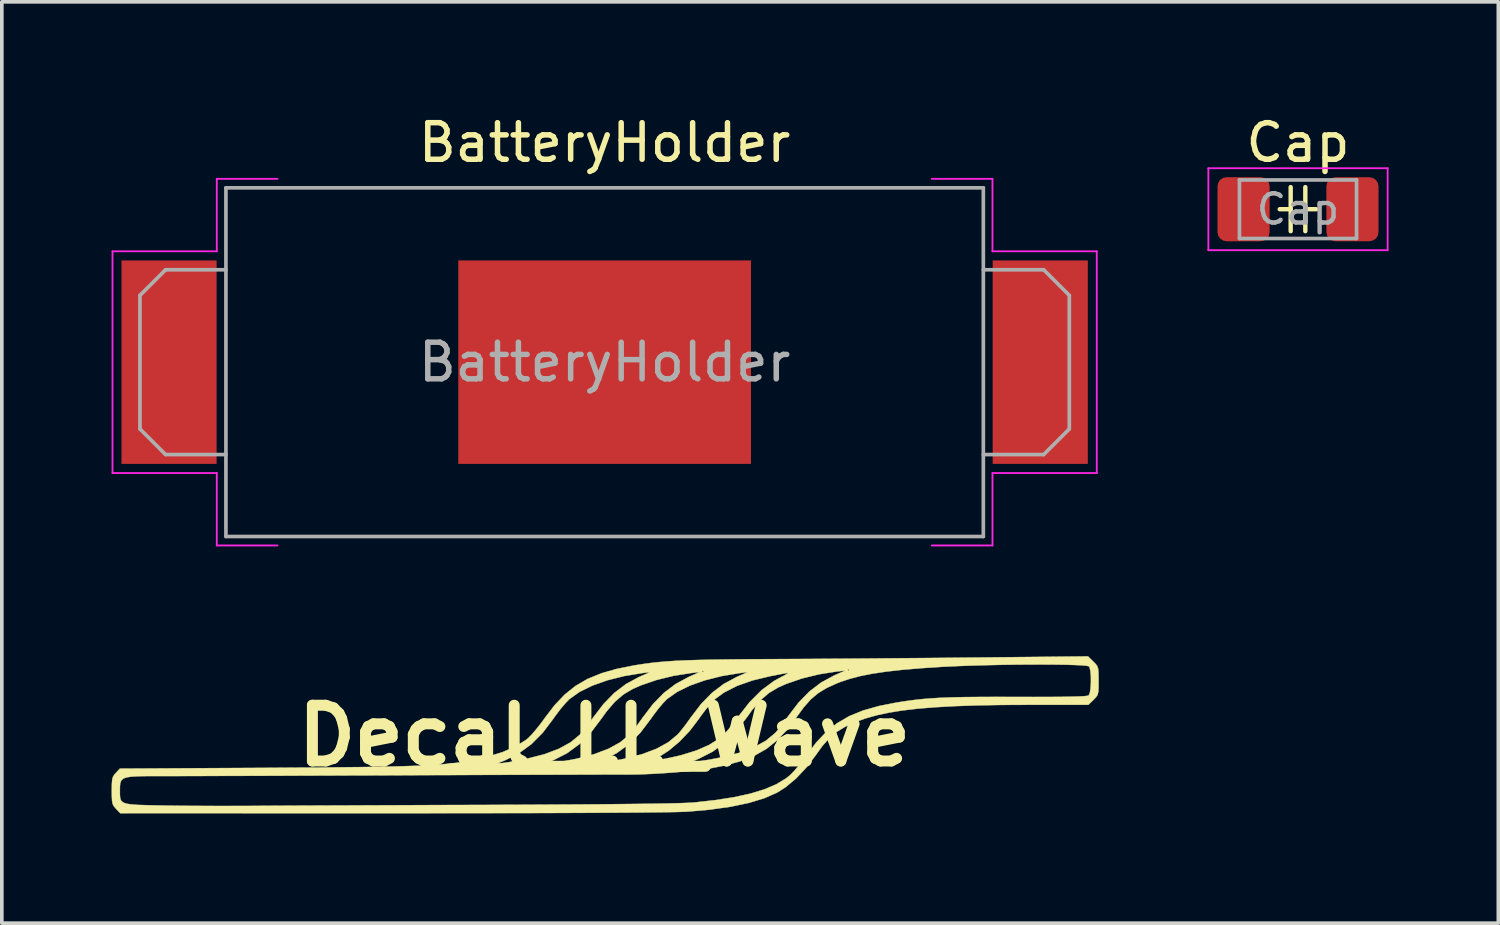
<source format=kicad_pcb>
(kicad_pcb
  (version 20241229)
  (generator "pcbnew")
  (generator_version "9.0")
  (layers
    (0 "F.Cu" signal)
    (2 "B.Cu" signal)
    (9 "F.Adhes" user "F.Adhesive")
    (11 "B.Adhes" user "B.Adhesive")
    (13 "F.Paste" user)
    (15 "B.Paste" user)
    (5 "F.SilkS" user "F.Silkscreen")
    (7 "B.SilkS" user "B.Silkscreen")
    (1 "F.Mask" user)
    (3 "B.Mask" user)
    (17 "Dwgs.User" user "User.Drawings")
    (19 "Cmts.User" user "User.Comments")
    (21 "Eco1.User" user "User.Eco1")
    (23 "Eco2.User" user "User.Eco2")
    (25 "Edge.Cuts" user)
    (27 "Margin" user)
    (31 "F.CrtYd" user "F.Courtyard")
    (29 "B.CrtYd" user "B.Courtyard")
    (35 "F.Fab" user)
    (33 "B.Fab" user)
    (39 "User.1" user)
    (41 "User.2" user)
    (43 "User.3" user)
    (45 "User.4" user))
  (footprint "BatteryHolder"
    (layer "F.Cu")
    (at 13.475 6.848)
    (property "Reference" "BatteryHolder" (at 0 -6 0) (layer "F.SilkS") (effects (font (size 1 1) (thickness 0.15))))
    (attr smd)
    (fp_line (start -13.45 -3.03) (end -13.45 3.03) (stroke (width 0.05) (type solid)) (layer "F.CrtYd"))
    (fp_line (start -13.45 3.03) (end -10.6 3.03) (stroke (width 0.05) (type solid)) (layer "F.CrtYd"))
    (fp_line (start -10.6 -5.01) (end -10.6 -3.03) (stroke (width 0.05) (type solid)) (layer "F.CrtYd"))
    (fp_line (start -10.6 -3.03) (end -13.45 -3.03) (stroke (width 0.05) (type solid)) (layer "F.CrtYd"))
    (fp_line (start -10.6 5.01) (end -10.6 3.03) (stroke (width 0.05) (type solid)) (layer "F.CrtYd"))
    (fp_line (start -10.6 5.01) (end -8.94 5.01) (stroke (width 0.05) (type solid)) (layer "F.CrtYd"))
    (fp_line (start -8.94 -5.01) (end -10.6 -5.01) (stroke (width 0.05) (type solid)) (layer "F.CrtYd"))
    (fp_line (start 8.94 -5.01) (end 10.6 -5.01) (stroke (width 0.05) (type solid)) (layer "F.CrtYd"))
    (fp_line (start 8.94 5.01) (end 10.6 5.01) (stroke (width 0.05) (type solid)) (layer "F.CrtYd"))
    (fp_line (start 10.6 -5.01) (end 10.6 -3.03) (stroke (width 0.05) (type solid)) (layer "F.CrtYd"))
    (fp_line (start 10.6 -3.03) (end 13.45 -3.03) (stroke (width 0.05) (type solid)) (layer "F.CrtYd"))
    (fp_line (start 10.6 3.03) (end 13.45 3.03) (stroke (width 0.05) (type solid)) (layer "F.CrtYd"))
    (fp_line (start 10.6 5.01) (end 10.6 3.03) (stroke (width 0.05) (type solid)) (layer "F.CrtYd"))
    (fp_line (start 13.45 -3.03) (end 13.45 3.03) (stroke (width 0.05) (type solid)) (layer "F.CrtYd"))
    (fp_line (start -12.7 -1.825) (end -12.7 1.825) (stroke (width 0.1) (type solid)) (layer "F.Fab"))
    (fp_line (start -12.7 -1.825) (end -12 -2.525) (stroke (width 0.1) (type solid)) (layer "F.Fab"))
    (fp_line (start -12.7 1.825) (end -12 2.525) (stroke (width 0.1) (type solid)) (layer "F.Fab"))
    (fp_line (start -10.35 -4.765) (end 10.35 -4.765) (stroke (width 0.1) (type solid)) (layer "F.Fab"))
    (fp_line (start -10.35 -2.525) (end -12 -2.525) (stroke (width 0.1) (type solid)) (layer "F.Fab"))
    (fp_line (start -10.35 2.525) (end -12 2.525) (stroke (width 0.1) (type solid)) (layer "F.Fab"))
    (fp_line (start -10.35 4.765) (end -10.35 -4.765) (stroke (width 0.1) (type solid)) (layer "F.Fab"))
    (fp_line (start -10.35 4.765) (end 10.35 4.765) (stroke (width 0.1) (type solid)) (layer "F.Fab"))
    (fp_line (start 10.35 -2.525) (end 12 -2.525) (stroke (width 0.1) (type solid)) (layer "F.Fab"))
    (fp_line (start 10.35 2.525) (end 12 2.525) (stroke (width 0.1) (type solid)) (layer "F.Fab"))
    (fp_line (start 10.35 4.765) (end 10.35 -4.765) (stroke (width 0.1) (type solid)) (layer "F.Fab"))
    (fp_line (start 12.7 -1.825) (end 12 -2.525) (stroke (width 0.1) (type solid)) (layer "F.Fab"))
    (fp_line (start 12.7 -1.825) (end 12.7 1.825) (stroke (width 0.1) (type solid)) (layer "F.Fab"))
    (fp_line (start 12.7 1.825) (end 12 2.525) (stroke (width 0.1) (type solid)) (layer "F.Fab"))
    (fp_text user "${REFERENCE}" (at 0 0 0) (layer "F.Fab") (effects (font (size 1 1) (thickness 0.15))))
    (pad "1" smd rect (at -11.905 0) (size 2.6 5.56) (layers "F.Cu" "F.Mask" "F.Paste"))
    (pad "1" smd rect (at 11.905 0) (size 2.6 5.56) (layers "F.Cu" "F.Mask" "F.Paste"))
    (pad "2" smd rect (at 0 0) (size 8 5.56) (layers "F.Cu" "F.Mask" "F.Paste")))
  (footprint "Decal_LL_Wave"
    (layer "F.Cu")
    (at 13.471 17.059)
    (property "Reference" "Decal_LL_Wave" (at 0 0 0) (layer "F.SilkS") (effects (font (size 1.524 1.524) (thickness 0.3))))
    (attr through_hole)
    (fp_poly (pts (xy 13.359 -2.029) (xy 13.427 -1.96) (xy 13.47 -1.899) (xy 13.493 -1.824) (xy 13.502 -1.714) (xy 13.504 -1.545) (xy 13.504 -1.503) (xy 13.503 -1.32) (xy 13.496 -1.199) (xy 13.476 -1.119) (xy 13.438 -1.058) (xy 13.376 -0.993) (xy 13.365 -0.982) (xy 13.225 -0.847) (xy 11.618 -0.846) (xy 10.863 -0.843) (xy 10.185 -0.831) (xy 9.58 -0.81) (xy 9.041 -0.78) (xy 8.562 -0.741) (xy 8.137 -0.691) (xy 7.76 -0.63) (xy 7.425 -0.557) (xy 7.126 -0.472) (xy 6.858 -0.375) (xy 6.856 -0.374) (xy 6.577 -0.246) (xy 6.346 -0.106) (xy 6.145 0.064) (xy 5.954 0.28) (xy 5.759 0.551) (xy 5.512 0.874) (xy 5.239 1.164) (xy 4.955 1.402) (xy 4.718 1.553) (xy 4.37 1.706) (xy 3.945 1.835) (xy 3.443 1.94) (xy 2.862 2.021) (xy 2.286 2.072) (xy 2.16 2.078) (xy 1.952 2.084) (xy 1.664 2.089) (xy 1.298 2.093) (xy 0.857 2.098) (xy 0.344 2.101) (xy -0.24 2.105) (xy -0.892 2.108) (xy -1.609 2.111) (xy -2.39 2.113) (xy -3.232 2.114) (xy -4.132 2.115) (xy -5.088 2.116) (xy -5.781 2.116) (xy -13.234 2.117) (xy -13.35 1.996) (xy -13.406 1.931) (xy -13.441 1.866) (xy -13.459 1.777) (xy -13.465 1.643) (xy -13.466 1.503) (xy -13.466 1.496) (xy -13.244 1.496) (xy -13.244 1.613) (xy -13.236 1.703) (xy -13.212 1.771) (xy -13.161 1.82) (xy -13.074 1.854) (xy -12.942 1.875) (xy -12.754 1.889) (xy -12.502 1.897) (xy -12.176 1.904) (xy -12.143 1.905) (xy -11.855 1.91) (xy -11.501 1.914) (xy -11.101 1.916) (xy -10.674 1.918) (xy -10.238 1.918) (xy -9.813 1.917) (xy -9.588 1.916) (xy -9.335 1.914) (xy -9.004 1.912) (xy -8.604 1.91) (xy -8.142 1.908) (xy -7.626 1.906) (xy -7.064 1.904) (xy -6.463 1.901) (xy -5.831 1.899) (xy -5.176 1.896) (xy -4.505 1.893) (xy -3.826 1.891) (xy -3.147 1.889) (xy -3.048 1.888) (xy -2.203 1.885) (xy -1.42 1.881) (xy -0.701 1.877) (xy -0.05 1.872) (xy 0.532 1.866) (xy 1.043 1.86) (xy 1.48 1.854) (xy 1.841 1.847) (xy 2.124 1.839) (xy 2.326 1.831) (xy 2.434 1.824) (xy 3.031 1.758) (xy 3.549 1.677) (xy 3.995 1.579) (xy 4.374 1.463) (xy 4.692 1.327) (xy 4.954 1.17) (xy 5.067 1.081) (xy 5.167 0.981) (xy 5.294 0.833) (xy 5.429 0.66) (xy 5.519 0.536) (xy 5.786 0.184) (xy 6.062 -0.107) (xy 6.359 -0.345) (xy 6.689 -0.537) (xy 7.064 -0.69) (xy 7.498 -0.813) (xy 7.98 -0.908) (xy 8.216 -0.945) (xy 8.443 -0.976) (xy 8.674 -1.002) (xy 8.916 -1.022) (xy 9.181 -1.038) (xy 9.48 -1.049) (xy 9.821 -1.057) (xy 10.216 -1.061) (xy 10.674 -1.063) (xy 11.207 -1.062) (xy 11.234 -1.062) (xy 11.732 -1.061) (xy 12.151 -1.062) (xy 12.494 -1.064) (xy 12.766 -1.069) (xy 12.972 -1.075) (xy 13.115 -1.083) (xy 13.202 -1.094) (xy 13.234 -1.105) (xy 13.264 -1.171) (xy 13.284 -1.297) (xy 13.294 -1.455) (xy 13.293 -1.62) (xy 13.281 -1.767) (xy 13.257 -1.87) (xy 13.242 -1.897) (xy 13.184 -1.912) (xy 13.052 -1.925) (xy 12.853 -1.934) (xy 12.598 -1.942) (xy 12.297 -1.946) (xy 11.957 -1.948) (xy 11.59 -1.947) (xy 11.204 -1.944) (xy 10.809 -1.938) (xy 10.414 -1.929) (xy 10.029 -1.919) (xy 9.663 -1.905) (xy 9.326 -1.889) (xy 9.207 -1.883) (xy 8.631 -1.845) (xy 8.13 -1.802) (xy 7.695 -1.753) (xy 7.317 -1.696) (xy 6.987 -1.631) (xy 6.696 -1.554) (xy 6.434 -1.466) (xy 6.348 -1.432) (xy 6.07 -1.306) (xy 5.841 -1.166) (xy 5.641 -0.998) (xy 5.449 -0.783) (xy 5.249 -0.508) (xy 4.989 -0.161) (xy 4.718 0.125) (xy 4.424 0.359) (xy 4.095 0.546) (xy 3.717 0.696) (xy 3.279 0.815) (xy 2.901 0.889) (xy 2.587 0.934) (xy 2.213 0.975) (xy 1.804 1.01) (xy 1.382 1.037) (xy 0.974 1.055) (xy 0.604 1.061) (xy 0.529 1.06) (xy 0.424 1.06) (xy 0.24 1.06) (xy -0.017 1.06) (xy -0.343 1.061) (xy -0.731 1.062) (xy -1.176 1.063) (xy -1.672 1.065) (xy -2.214 1.066) (xy -2.797 1.068) (xy -3.414 1.07) (xy -4.06 1.073) (xy -4.73 1.075) (xy -5.418 1.078) (xy -5.567 1.079) (xy -6.268 1.082) (xy -6.958 1.084) (xy -7.632 1.087) (xy -8.284 1.089) (xy -8.906 1.092) (xy -9.493 1.094) (xy -10.039 1.096) (xy -10.538 1.097) (xy -10.983 1.099) (xy -11.368 1.1) (xy -11.688 1.101) (xy -11.936 1.101) (xy -12.107 1.101) (xy -12.118 1.101) (xy -12.455 1.101) (xy -12.718 1.105) (xy -12.914 1.115) (xy -13.055 1.135) (xy -13.148 1.168) (xy -13.204 1.218) (xy -13.233 1.287) (xy -13.243 1.38) (xy -13.244 1.496) (xy -13.466 1.496) (xy -13.464 1.32) (xy -13.455 1.2) (xy -13.433 1.12) (xy -13.393 1.058) (xy -13.355 1.015) (xy -13.244 0.898) (xy -9.236 0.876) (xy -8.471 0.871) (xy -7.786 0.867) (xy -7.173 0.861) (xy -6.629 0.855) (xy -6.147 0.847) (xy -5.721 0.838) (xy -5.346 0.827) (xy -5.016 0.815) (xy -4.726 0.8) (xy -4.47 0.782) (xy -4.292 0.766) (xy -1.63 0.766) (xy -1.618 0.764) (xy -0.275 0.764) (xy -0.064 0.738) (xy 0.03 0.723) (xy 2.349 0.723) (xy 2.582 0.697) (xy 2.731 0.675) (xy 2.929 0.641) (xy 3.14 0.6) (xy 3.217 0.584) (xy 3.692 0.462) (xy 4.088 0.313) (xy 4.411 0.135) (xy 4.662 -0.073) (xy 4.681 -0.093) (xy 4.768 -0.196) (xy 4.881 -0.341) (xy 4.996 -0.501) (xy 5.015 -0.529) (xy 5.304 -0.907) (xy 5.601 -1.212) (xy 5.92 -1.455) (xy 6.274 -1.647) (xy 6.304 -1.661) (xy 6.583 -1.783) (xy 6.35 -1.757) (xy 5.868 -1.681) (xy 5.4 -1.567) (xy 4.972 -1.42) (xy 4.748 -1.321) (xy 4.495 -1.17) (xy 4.264 -0.972) (xy 4.04 -0.712) (xy 3.897 -0.512) (xy 3.604 -0.125) (xy 3.294 0.187) (xy 2.956 0.434) (xy 2.587 0.623) (xy 2.349 0.723) (xy 0.03 0.723) (xy 0.075 0.717) (xy 0.177 0.699) (xy 1.185 0.699) (xy 1.206 0.72) (xy 1.228 0.699) (xy 1.211 0.682) (xy 1.291 0.682) (xy 1.503 0.654) (xy 1.642 0.631) (xy 1.83 0.592) (xy 2.033 0.546) (xy 2.105 0.528) (xy 2.51 0.403) (xy 2.859 0.25) (xy 3.141 0.073) (xy 3.205 0.022) (xy 3.304 -0.077) (xy 3.431 -0.225) (xy 3.567 -0.399) (xy 3.656 -0.522) (xy 3.966 -0.92) (xy 4.292 -1.246) (xy 4.627 -1.494) (xy 4.793 -1.586) (xy 4.92 -1.652) (xy 4.996 -1.699) (xy 5.01 -1.719) (xy 4.995 -1.718) (xy 4.905 -1.701) (xy 4.759 -1.673) (xy 4.585 -1.639) (xy 4.53 -1.629) (xy 4.044 -1.512) (xy 3.621 -1.363) (xy 3.267 -1.182) (xy 3.019 -1.001) (xy 2.911 -0.89) (xy 2.78 -0.734) (xy 2.646 -0.558) (xy 2.585 -0.47) (xy 2.333 -0.138) (xy 2.051 0.159) (xy 1.757 0.405) (xy 1.544 0.542) (xy 1.291 0.682) (xy 1.211 0.682) (xy 1.206 0.677) (xy 1.185 0.699) (xy 0.177 0.699) (xy 0.263 0.683) (xy 0.469 0.643) (xy 0.55 0.626) (xy 1.026 0.504) (xy 1.423 0.354) (xy 1.747 0.175) (xy 1.998 -0.034) (xy 2.014 -0.051) (xy 2.101 -0.154) (xy 2.214 -0.299) (xy 2.329 -0.458) (xy 2.348 -0.487) (xy 2.637 -0.865) (xy 2.934 -1.17) (xy 3.253 -1.413) (xy 3.606 -1.604) (xy 3.637 -1.618) (xy 3.916 -1.74) (xy 3.704 -1.714) (xy 3.201 -1.631) (xy 2.741 -1.515) (xy 2.333 -1.37) (xy 1.987 -1.2) (xy 1.714 -1.007) (xy 1.707 -1.001) (xy 1.599 -0.89) (xy 1.467 -0.734) (xy 1.334 -0.558) (xy 1.272 -0.47) (xy 0.979 -0.082) (xy 0.668 0.23) (xy 0.329 0.477) (xy -0.038 0.665) (xy -0.275 0.764) (xy -1.618 0.764) (xy -1.397 0.739) (xy -1.248 0.717) (xy -1.051 0.683) (xy -0.84 0.643) (xy -0.762 0.627) (xy -0.288 0.505) (xy 0.109 0.355) (xy 0.431 0.177) (xy 0.683 -0.03) (xy 0.702 -0.051) (xy 0.789 -0.154) (xy 0.901 -0.299) (xy 1.016 -0.458) (xy 1.036 -0.487) (xy 1.324 -0.865) (xy 1.621 -1.17) (xy 1.941 -1.413) (xy 2.294 -1.604) (xy 2.325 -1.618) (xy 2.603 -1.741) (xy 2.371 -1.715) (xy 1.889 -1.639) (xy 1.42 -1.524) (xy 0.992 -1.377) (xy 0.768 -1.278) (xy 0.516 -1.128) (xy 0.284 -0.929) (xy 0.061 -0.67) (xy -0.083 -0.47) (xy -0.375 -0.083) (xy -0.685 0.229) (xy -1.024 0.477) (xy -1.392 0.665) (xy -1.63 0.766) (xy -4.292 0.766) (xy -4.277 0.764) (xy -2.942 0.764) (xy -2.731 0.738) (xy -2.592 0.717) (xy -2.404 0.683) (xy -2.198 0.643) (xy -2.117 0.626) (xy -1.641 0.504) (xy -1.244 0.354) (xy -0.92 0.175) (xy -0.669 -0.034) (xy -0.653 -0.051) (xy -0.566 -0.154) (xy -0.453 -0.299) (xy -0.338 -0.458) (xy -0.319 -0.487) (xy -0.03 -0.865) (xy 0.267 -1.17) (xy 0.586 -1.413) (xy 0.939 -1.604) (xy 0.97 -1.618) (xy 1.249 -1.74) (xy 1.037 -1.714) (xy 0.534 -1.631) (xy 0.074 -1.515) (xy -0.334 -1.37) (xy -0.68 -1.2) (xy -0.953 -1.007) (xy -0.96 -1.001) (xy -1.068 -0.89) (xy -1.2 -0.734) (xy -1.333 -0.558) (xy -1.395 -0.47) (xy -1.688 -0.082) (xy -1.999 0.23) (xy -2.338 0.477) (xy -2.705 0.665) (xy -2.942 0.764) (xy -4.277 0.764) (xy -4.242 0.761) (xy -4.037 0.738) (xy -3.848 0.71) (xy -3.672 0.679) (xy -3.501 0.645) (xy -3.33 0.605) (xy -3.187 0.57) (xy -2.782 0.445) (xy -2.432 0.292) (xy -2.15 0.116) (xy -2.087 0.065) (xy -1.988 -0.035) (xy -1.861 -0.183) (xy -1.725 -0.356) (xy -1.636 -0.48) (xy -1.367 -0.832) (xy -1.09 -1.124) (xy -0.793 -1.362) (xy -0.462 -1.554) (xy -0.085 -1.708) (xy 0.087 -1.757) (xy 2.667 -1.757) (xy 2.688 -1.736) (xy 2.709 -1.757) (xy 2.688 -1.778) (xy 2.667 -1.757) (xy 0.087 -1.757) (xy 0.238 -1.799) (xy 6.646 -1.799) (xy 6.668 -1.778) (xy 6.689 -1.799) (xy 6.668 -1.82) (xy 6.646 -1.799) (xy 0.238 -1.799) (xy 0.351 -1.831) (xy 0.804 -1.922) (xy 1.018 -1.956) (xy 1.232 -1.986) (xy 1.453 -2.011) (xy 1.691 -2.031) (xy 1.953 -2.049) (xy 2.249 -2.062) (xy 2.588 -2.073) (xy 2.977 -2.081) (xy 3.425 -2.087) (xy 3.941 -2.092) (xy 4.508 -2.095) (xy 4.965 -2.097) (xy 5.491 -2.1) (xy 6.072 -2.104) (xy 6.694 -2.108) (xy 7.341 -2.113) (xy 7.999 -2.119) (xy 8.654 -2.124) (xy 9.29 -2.13) (xy 9.893 -2.136) (xy 10.025 -2.137) (xy 13.214 -2.17) (xy 13.359 -2.029)) (stroke (width 0.01) (type solid)) (fill yes) (layer "F.SilkS")))
  (footprint "Cap"
    (layer "F.Cu")
    (at 32.425 2.668)
    (property "Reference" "Cap" (at 0 -1.82 0) (layer "F.SilkS") (effects (font (size 1 1) (thickness 0.15))))
    (attr smd)
    (fp_line (start -0.2 0) (end -0.5 0) (stroke (width 0.12) (type solid)) (layer "F.SilkS"))
    (fp_line (start -0.2 0.6) (end -0.2 -0.604) (stroke (width 0.12) (type solid)) (layer "F.SilkS"))
    (fp_line (start 0.2 0.6) (end 0.2 -0.604) (stroke (width 0.12) (type solid)) (layer "F.SilkS"))
    (fp_line (start 0.5 0) (end 0.2 0) (stroke (width 0.12) (type solid)) (layer "F.SilkS"))
    (fp_line (start -2.45 -1.12) (end 2.45 -1.12) (stroke (width 0.05) (type solid)) (layer "F.CrtYd"))
    (fp_line (start -2.45 1.12) (end -2.45 -1.12) (stroke (width 0.05) (type solid)) (layer "F.CrtYd"))
    (fp_line (start 2.45 -1.12) (end 2.45 1.12) (stroke (width 0.05) (type solid)) (layer "F.CrtYd"))
    (fp_line (start 2.45 1.12) (end -2.45 1.12) (stroke (width 0.05) (type solid)) (layer "F.CrtYd"))
    (fp_line (start -1.6 -0.8) (end 1.6 -0.8) (stroke (width 0.1) (type solid)) (layer "F.Fab"))
    (fp_line (start -1.6 0.8) (end -1.6 -0.8) (stroke (width 0.1) (type solid)) (layer "F.Fab"))
    (fp_line (start 1.6 -0.8) (end 1.6 0.8) (stroke (width 0.1) (type solid)) (layer "F.Fab"))
    (fp_line (start 1.6 0.8) (end -1.6 0.8) (stroke (width 0.1) (type solid)) (layer "F.Fab"))
    (fp_text user "${REFERENCE}" (at 0 0 0) (layer "F.Fab") (effects (font (size 0.8 0.8) (thickness 0.12))))
    (pad "1" smd roundrect (at -1.488 0) (size 1.425 1.75) (layers "F.Cu" "F.Mask" "F.Paste") (roundrect_rratio 0.175))
    (pad "2" smd roundrect (at 1.488 0) (size 1.425 1.75) (layers "F.Cu" "F.Mask" "F.Paste") (roundrect_rratio 0.175)))
  (gr_rect
    (start -3 -3)
    (end 37.9 22.18)
    (stroke (width 0.1) (type default))
    (fill no)
    (layer "Edge.Cuts")))
</source>
